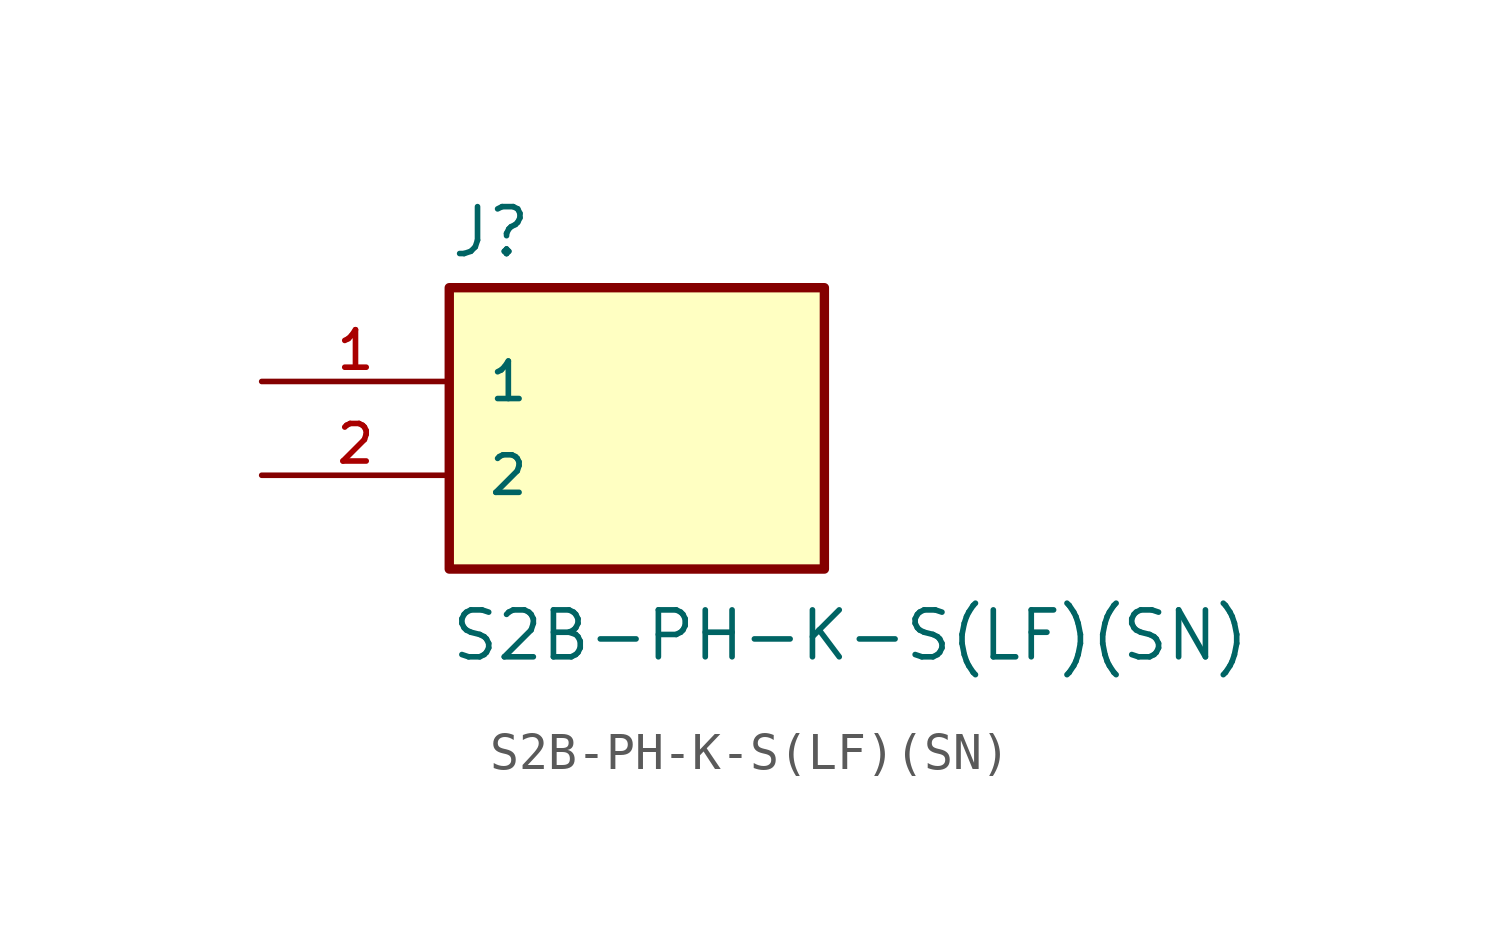
<source format=kicad_sym>
(kicad_symbol_lib
  (version 20211014)
  (generator kicad_symbol_editor)
  (symbol "S2B-PH-K-S(LF)(SN)"
    (pin_names
      (offset 1.016))
    (property "Reference" "J"
      (at -5.08 3.302 0)
      (effects (font (size 1.27 1.27)) (justify bottom left)))
    (property "Value" "S2B-PH-K-S(LF)(SN)"
      (at -5.08 -7.62 0)
      (effects (font (size 1.27 1.27)) (justify bottom left)))
    (symbol "S2B-PH-K-S(LF)(SN)_0_0"
      (rectangle (start -5.08 -5.08) (end 5.08 2.54) (stroke (width 0.254)) (fill (type background)))
      (pin passive line (at -10.16 0.0 0) (length 5.08) (name "1" (effects (font (size 1.016 1.016)))) (number "1" (effects (font (size 1.016 1.016)))))
      (pin passive line (at -10.16 -2.54 0) (length 5.08) (name "2" (effects (font (size 1.016 1.016)))) (number "2" (effects (font (size 1.016 1.016))))))))
</source>
